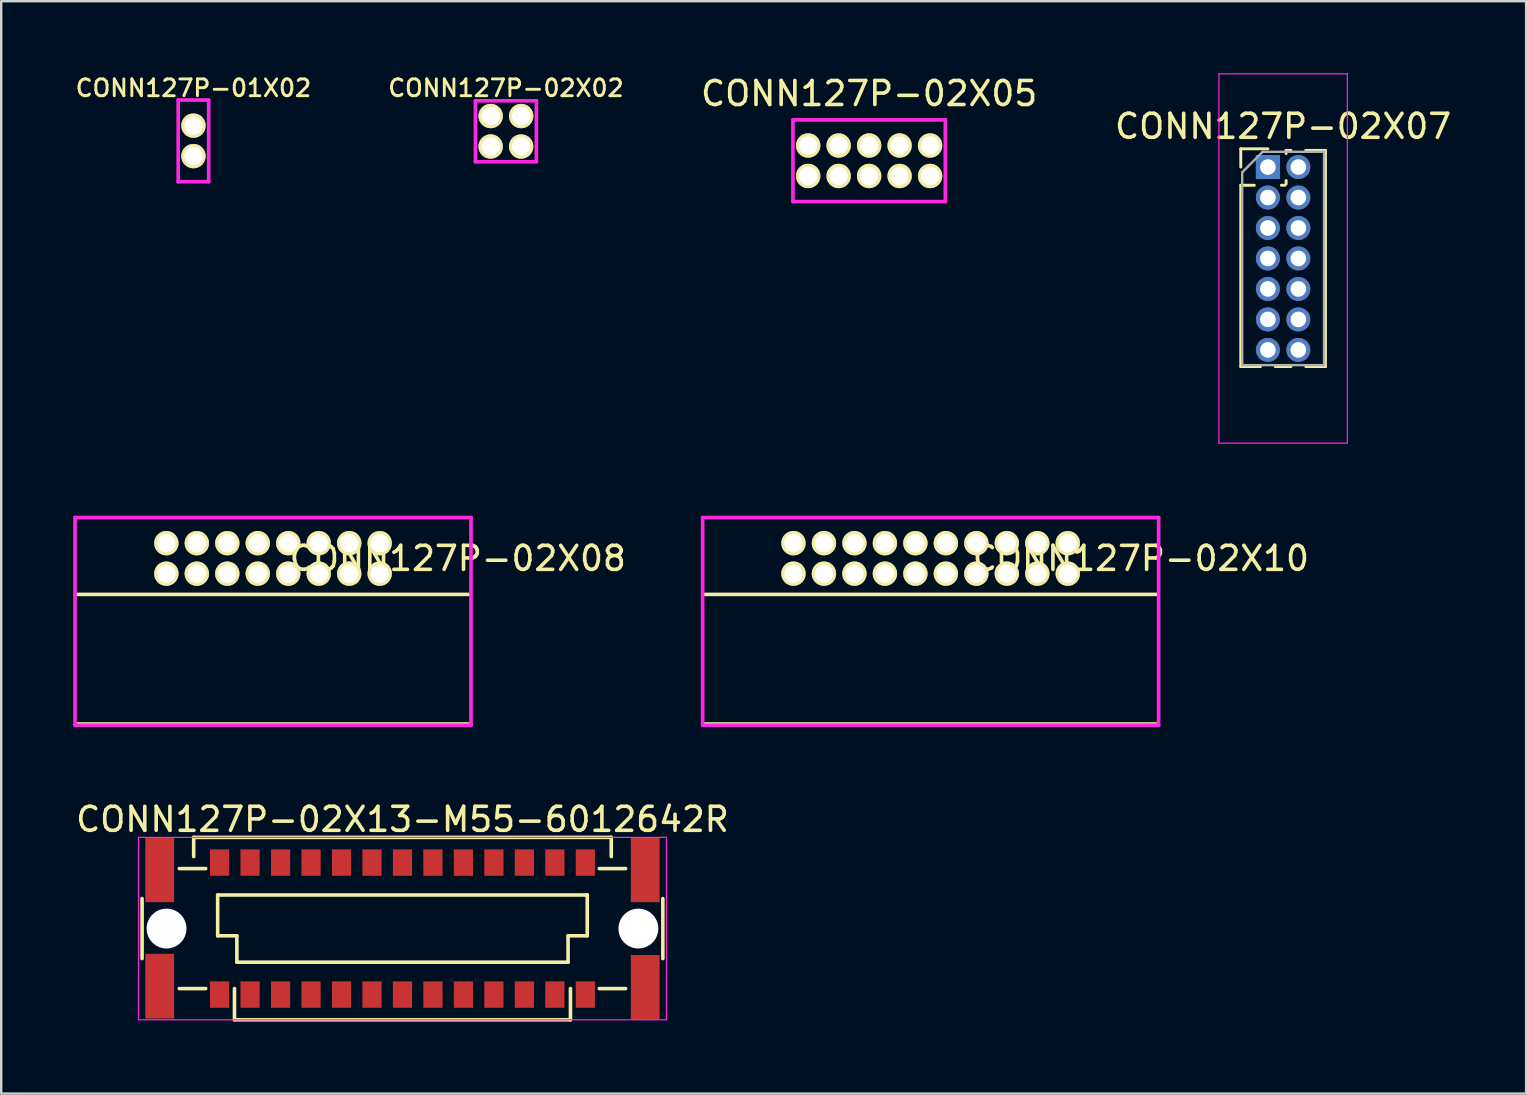
<source format=kicad_pcb>
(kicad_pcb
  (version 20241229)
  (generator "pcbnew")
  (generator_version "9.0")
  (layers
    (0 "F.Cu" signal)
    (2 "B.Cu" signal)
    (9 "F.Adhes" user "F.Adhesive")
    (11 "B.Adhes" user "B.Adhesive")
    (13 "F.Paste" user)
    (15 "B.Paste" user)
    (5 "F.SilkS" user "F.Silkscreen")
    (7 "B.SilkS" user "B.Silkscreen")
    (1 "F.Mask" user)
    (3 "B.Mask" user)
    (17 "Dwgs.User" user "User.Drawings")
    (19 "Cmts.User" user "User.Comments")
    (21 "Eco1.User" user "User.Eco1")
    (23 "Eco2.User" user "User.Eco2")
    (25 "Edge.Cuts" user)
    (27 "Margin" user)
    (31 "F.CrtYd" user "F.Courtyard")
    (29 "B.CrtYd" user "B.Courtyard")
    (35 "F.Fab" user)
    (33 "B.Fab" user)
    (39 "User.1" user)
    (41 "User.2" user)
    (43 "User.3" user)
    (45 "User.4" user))
  (footprint "CONN127P-02X02"
    (layer "F.Cu")
    (at 18.03 2.42)
    (property "Reference" "CONN127P-02X02" (at 0 -1.8 0) (layer "F.SilkS") (effects (font (size 0.7 0.7) (thickness 0.12))))
    (attr through_hole)
    (fp_line (start -1.27 -1.27) (end -1.27 1.27) (stroke (width 0.152) (type solid)) (layer "F.CrtYd"))
    (fp_line (start -1.27 -1.27) (end 1.27 -1.27) (stroke (width 0.152) (type solid)) (layer "F.CrtYd"))
    (fp_line (start -1.27 1.27) (end 1.27 1.27) (stroke (width 0.152) (type solid)) (layer "F.CrtYd"))
    (fp_line (start 1.27 -1.27) (end 1.27 1.27) (stroke (width 0.152) (type solid)) (layer "F.CrtYd"))
    (pad "1" thru_hole circle (at 0.635 -0.635) (size 1.016 1.016) (drill 0.762) (layers "*.Cu" "*.Mask" "F.SilkS"))
    (pad "2" thru_hole circle (at 0.635 0.635) (size 1.016 1.016) (drill 0.762) (layers "*.Cu" "*.Mask" "F.SilkS"))
    (pad "3" thru_hole circle (at -0.635 -0.635) (size 1.016 1.016) (drill 0.762) (layers "*.Cu" "*.Mask" "F.SilkS"))
    (pad "4" thru_hole circle (at -0.635 0.635) (size 1.016 1.016) (drill 0.762) (layers "*.Cu" "*.Mask" "F.SilkS")))
  (footprint "CONN127P-02X10"
    (layer "F.Cu")
    (at 35.727 20.218)
    (property "Reference" "CONN127P-02X10" (at 8.763 0 0) (layer "F.SilkS") (effects (font (size 1 1) (thickness 0.15))))
    (attr through_hole)
    (fp_line (start 9.45 1.5) (end -9.45 1.5) (stroke (width 0.15) (type solid)) (layer "F.SilkS"))
    (fp_line (start 9.45 6.9) (end -9.45 6.9) (stroke (width 0.15) (type solid)) (layer "F.SilkS"))
    (fp_line (start -9.5 -1.702) (end -9.5 6.95) (stroke (width 0.152) (type solid)) (layer "F.CrtYd"))
    (fp_line (start -9.5 -1.702) (end 9.5 -1.702) (stroke (width 0.152) (type solid)) (layer "F.CrtYd"))
    (fp_line (start -9.5 6.95) (end 9.5 6.95) (stroke (width 0.152) (type solid)) (layer "F.CrtYd"))
    (fp_line (start 9.5 -1.702) (end 9.5 6.95) (stroke (width 0.152) (type solid)) (layer "F.CrtYd"))
    (pad "1" thru_hole circle (at 5.715 -0.635) (size 1.016 1.016) (drill 0.762) (layers "*.Cu" "*.Mask" "F.SilkS"))
    (pad "2" thru_hole circle (at 5.715 0.635) (size 1.016 1.016) (drill 0.762) (layers "*.Cu" "*.Mask" "F.SilkS"))
    (pad "3" thru_hole circle (at 4.445 -0.635) (size 1.016 1.016) (drill 0.762) (layers "*.Cu" "*.Mask" "F.SilkS"))
    (pad "4" thru_hole circle (at 4.445 0.635) (size 1.016 1.016) (drill 0.762) (layers "*.Cu" "*.Mask" "F.SilkS"))
    (pad "5" thru_hole circle (at 3.175 -0.635) (size 1.016 1.016) (drill 0.762) (layers "*.Cu" "*.Mask" "F.SilkS"))
    (pad "6" thru_hole circle (at 3.175 0.635) (size 1.016 1.016) (drill 0.762) (layers "*.Cu" "*.Mask" "F.SilkS"))
    (pad "7" thru_hole circle (at 1.905 -0.635) (size 1.016 1.016) (drill 0.762) (layers "*.Cu" "*.Mask" "F.SilkS"))
    (pad "8" thru_hole circle (at 1.905 0.635) (size 1.016 1.016) (drill 0.762) (layers "*.Cu" "*.Mask" "F.SilkS"))
    (pad "9" thru_hole circle (at 0.635 -0.635) (size 1.016 1.016) (drill 0.762) (layers "*.Cu" "*.Mask" "F.SilkS"))
    (pad "10" thru_hole circle (at 0.635 0.635) (size 1.016 1.016) (drill 0.762) (layers "*.Cu" "*.Mask" "F.SilkS"))
    (pad "11" thru_hole circle (at -0.635 -0.635) (size 1.016 1.016) (drill 0.762) (layers "*.Cu" "*.Mask" "F.SilkS"))
    (pad "12" thru_hole circle (at -0.635 0.635) (size 1.016 1.016) (drill 0.762) (layers "*.Cu" "*.Mask" "F.SilkS"))
    (pad "13" thru_hole circle (at -1.905 -0.635) (size 1.016 1.016) (drill 0.762) (layers "*.Cu" "*.Mask" "F.SilkS"))
    (pad "14" thru_hole circle (at -1.905 0.635) (size 1.016 1.016) (drill 0.762) (layers "*.Cu" "*.Mask" "F.SilkS"))
    (pad "15" thru_hole circle (at -3.175 -0.635) (size 1.016 1.016) (drill 0.762) (layers "*.Cu" "*.Mask" "F.SilkS"))
    (pad "16" thru_hole circle (at -3.175 0.635) (size 1.016 1.016) (drill 0.762) (layers "*.Cu" "*.Mask" "F.SilkS"))
    (pad "17" thru_hole circle (at -4.445 -0.635) (size 1.016 1.016) (drill 0.762) (layers "*.Cu" "*.Mask" "F.SilkS"))
    (pad "18" thru_hole circle (at -4.445 0.635) (size 1.016 1.016) (drill 0.762) (layers "*.Cu" "*.Mask" "F.SilkS"))
    (pad "19" thru_hole circle (at -5.715 -0.635) (size 1.016 1.016) (drill 0.762) (layers "*.Cu" "*.Mask" "F.SilkS"))
    (pad "20" thru_hole circle (at -5.715 0.635) (size 1.016 1.016) (drill 0.762) (layers "*.Cu" "*.Mask" "F.SilkS")))
  (footprint "CONN127P-02X05"
    (layer "F.Cu")
    (at 33.165 3.648)
    (property "Reference" "CONN127P-02X05" (at 0 -2.8 0) (layer "F.SilkS") (effects (font (size 1 1) (thickness 0.15))))
    (attr through_hole)
    (fp_line (start -3.175 -1.702) (end -3.175 1.702) (stroke (width 0.152) (type solid)) (layer "F.CrtYd"))
    (fp_line (start -3.175 -1.702) (end 3.175 -1.702) (stroke (width 0.152) (type solid)) (layer "F.CrtYd"))
    (fp_line (start -3.175 1.702) (end 3.175 1.702) (stroke (width 0.152) (type solid)) (layer "F.CrtYd"))
    (fp_line (start 3.175 -1.702) (end 3.175 1.702) (stroke (width 0.152) (type solid)) (layer "F.CrtYd"))
    (pad "1" thru_hole circle (at -2.54 0.635) (size 1.016 1.016) (drill 0.762) (layers "*.Cu" "*.Mask" "F.SilkS"))
    (pad "2" thru_hole circle (at -2.54 -0.635) (size 1.016 1.016) (drill 0.762) (layers "*.Cu" "*.Mask" "F.SilkS"))
    (pad "3" thru_hole circle (at -1.27 0.635) (size 1.016 1.016) (drill 0.762) (layers "*.Cu" "*.Mask" "F.SilkS"))
    (pad "4" thru_hole circle (at -1.27 -0.635) (size 1.016 1.016) (drill 0.762) (layers "*.Cu" "*.Mask" "F.SilkS"))
    (pad "5" thru_hole circle (at 0 0.635) (size 1.016 1.016) (drill 0.762) (layers "*.Cu" "*.Mask" "F.SilkS"))
    (pad "6" thru_hole circle (at 0 -0.635) (size 1.016 1.016) (drill 0.762) (layers "*.Cu" "*.Mask" "F.SilkS"))
    (pad "7" thru_hole circle (at 1.27 0.635) (size 1.016 1.016) (drill 0.762) (layers "*.Cu" "*.Mask" "F.SilkS"))
    (pad "8" thru_hole circle (at 1.27 -0.635) (size 1.016 1.016) (drill 0.762) (layers "*.Cu" "*.Mask" "F.SilkS"))
    (pad "9" thru_hole circle (at 2.54 0.635) (size 1.016 1.016) (drill 0.762) (layers "*.Cu" "*.Mask" "F.SilkS"))
    (pad "10" thru_hole circle (at 2.54 -0.635) (size 1.016 1.016) (drill 0.762) (layers "*.Cu" "*.Mask" "F.SilkS")))
  (footprint "CONN127P-02X07"
    (layer "F.Cu")
    (at 50.415 7.72)
    (property "Reference" "CONN127P-02X07" (at 0 -5.505 0) (layer "F.SilkS") (effects (font (size 1 1) (thickness 0.15))))
    (attr through_hole)
    (fp_line (start -1.765 -4.57) (end -0.635 -4.57) (stroke (width 0.12) (type solid)) (layer "F.SilkS"))
    (fp_line (start -1.765 -3.81) (end -1.765 -4.57) (stroke (width 0.12) (type solid)) (layer "F.SilkS"))
    (fp_line (start -1.765 -3.05) (end -1.765 4.505) (stroke (width 0.12) (type solid)) (layer "F.SilkS"))
    (fp_line (start -1.765 -3.05) (end -1.198 -3.05) (stroke (width 0.12) (type solid)) (layer "F.SilkS"))
    (fp_line (start -1.765 4.505) (end -0.943 4.505) (stroke (width 0.12) (type solid)) (layer "F.SilkS"))
    (fp_line (start -0.327 4.505) (end 0.327 4.505) (stroke (width 0.12) (type solid)) (layer "F.SilkS"))
    (fp_line (start -0.072 -3.05) (end 0.072 -3.05) (stroke (width 0.12) (type solid)) (layer "F.SilkS"))
    (fp_line (start 0.125 -4.505) (end 0.327 -4.505) (stroke (width 0.12) (type solid)) (layer "F.SilkS"))
    (fp_line (start 0.125 -4.373) (end 0.125 -4.505) (stroke (width 0.12) (type solid)) (layer "F.SilkS"))
    (fp_line (start 0.125 -3.103) (end 0.125 -3.247) (stroke (width 0.12) (type solid)) (layer "F.SilkS"))
    (fp_line (start 0.943 -4.505) (end 1.765 -4.505) (stroke (width 0.12) (type solid)) (layer "F.SilkS"))
    (fp_line (start 0.943 4.505) (end 1.765 4.505) (stroke (width 0.12) (type solid)) (layer "F.SilkS"))
    (fp_line (start 1.765 -4.505) (end 1.765 4.505) (stroke (width 0.12) (type solid)) (layer "F.SilkS"))
    (fp_line (start -2.675 -7.695) (end -2.675 7.695) (stroke (width 0.05) (type solid)) (layer "F.CrtYd"))
    (fp_line (start -2.675 7.695) (end 2.675 7.695) (stroke (width 0.05) (type solid)) (layer "F.CrtYd"))
    (fp_line (start 2.675 -7.695) (end -2.675 -7.695) (stroke (width 0.05) (type solid)) (layer "F.CrtYd"))
    (fp_line (start 2.675 7.695) (end 2.675 -7.695) (stroke (width 0.05) (type solid)) (layer "F.CrtYd"))
    (fp_line (start -1.705 -3.592) (end -0.853 -4.445) (stroke (width 0.1) (type solid)) (layer "F.Fab"))
    (fp_line (start -1.705 4.445) (end -1.705 -3.592) (stroke (width 0.1) (type solid)) (layer "F.Fab"))
    (fp_line (start -0.853 -4.445) (end 1.705 -4.445) (stroke (width 0.1) (type solid)) (layer "F.Fab"))
    (fp_line (start 1.705 -4.445) (end 1.705 4.445) (stroke (width 0.1) (type solid)) (layer "F.Fab"))
    (fp_line (start 1.705 4.445) (end -1.705 4.445) (stroke (width 0.1) (type solid)) (layer "F.Fab"))
    (pad "1" thru_hole rect (at -0.635 -3.81) (size 1 1) (drill 0.65) (layers "*.Cu" "*.Mask"))
    (pad "2" thru_hole oval (at 0.635 -3.81) (size 1 1) (drill 0.65) (layers "*.Cu" "*.Mask"))
    (pad "3" thru_hole oval (at -0.635 -2.54) (size 1 1) (drill 0.65) (layers "*.Cu" "*.Mask"))
    (pad "4" thru_hole oval (at 0.635 -2.54) (size 1 1) (drill 0.65) (layers "*.Cu" "*.Mask"))
    (pad "5" thru_hole oval (at -0.635 -1.27) (size 1 1) (drill 0.65) (layers "*.Cu" "*.Mask"))
    (pad "6" thru_hole oval (at 0.635 -1.27) (size 1 1) (drill 0.65) (layers "*.Cu" "*.Mask"))
    (pad "7" thru_hole oval (at -0.635 0) (size 1 1) (drill 0.65) (layers "*.Cu" "*.Mask"))
    (pad "8" thru_hole oval (at 0.635 0) (size 1 1) (drill 0.65) (layers "*.Cu" "*.Mask"))
    (pad "9" thru_hole oval (at -0.635 1.27) (size 1 1) (drill 0.65) (layers "*.Cu" "*.Mask"))
    (pad "10" thru_hole oval (at 0.635 1.27) (size 1 1) (drill 0.65) (layers "*.Cu" "*.Mask"))
    (pad "11" thru_hole oval (at -0.635 2.54) (size 1 1) (drill 0.65) (layers "*.Cu" "*.Mask"))
    (pad "12" thru_hole oval (at 0.635 2.54) (size 1 1) (drill 0.65) (layers "*.Cu" "*.Mask"))
    (pad "13" thru_hole oval (at -0.635 3.81) (size 1 1) (drill 0.65) (layers "*.Cu" "*.Mask"))
    (pad "14" thru_hole oval (at 0.635 3.81) (size 1 1) (drill 0.65) (layers "*.Cu" "*.Mask")))
  (footprint "CONN127P-01X02"
    (layer "F.Cu")
    (at 5.01 2.82)
    (property "Reference" "CONN127P-01X02" (at 0 -2.2 0) (layer "F.SilkS") (effects (font (size 0.7 0.7) (thickness 0.12))))
    (attr through_hole)
    (fp_line (start -0.635 -1.702) (end -0.635 1.702) (stroke (width 0.152) (type solid)) (layer "F.CrtYd"))
    (fp_line (start -0.635 -1.702) (end 0.635 -1.702) (stroke (width 0.152) (type solid)) (layer "F.CrtYd"))
    (fp_line (start -0.635 1.702) (end 0.635 1.702) (stroke (width 0.152) (type solid)) (layer "F.CrtYd"))
    (fp_line (start 0.635 -1.702) (end 0.635 1.702) (stroke (width 0.152) (type solid)) (layer "F.CrtYd"))
    (pad "1" thru_hole circle (at 0 0.635) (size 1.016 1.016) (drill 0.762) (layers "*.Cu" "*.Mask" "F.SilkS"))
    (pad "2" thru_hole circle (at 0 -0.635) (size 1.016 1.016) (drill 0.762) (layers "*.Cu" "*.Mask" "F.SilkS")))
  (footprint "CONN127P-02X13-M55-6012642R"
    (layer "F.Cu")
    (at 13.72 35.642)
    (property "Reference" "CONN127P-02X13-M55-6012642R" (at 0 -4.55 0) (layer "F.SilkS") (effects (font (size 1 1) (thickness 0.15))))
    (attr smd)
    (fp_line (start -10.85 -1.25) (end -10.85 1.25) (stroke (width 0.15) (type solid)) (layer "F.SilkS"))
    (fp_line (start -9.3 -2.5) (end -8.2 -2.5) (stroke (width 0.15) (type solid)) (layer "F.SilkS"))
    (fp_line (start -9.3 2.5) (end -8.2 2.5) (stroke (width 0.15) (type solid)) (layer "F.SilkS"))
    (fp_line (start -8.7 -3.8) (end 8.7 -3.8) (stroke (width 0.15) (type solid)) (layer "F.SilkS"))
    (fp_line (start -8.7 -3) (end -8.7 -3.8) (stroke (width 0.15) (type solid)) (layer "F.SilkS"))
    (fp_line (start -7.7 -1.4) (end 7.7 -1.4) (stroke (width 0.15) (type solid)) (layer "F.SilkS"))
    (fp_line (start -7.7 0.3) (end -7.7 -1.4) (stroke (width 0.15) (type solid)) (layer "F.SilkS"))
    (fp_line (start -7 2.5) (end -7 3.8) (stroke (width 0.15) (type solid)) (layer "F.SilkS"))
    (fp_line (start -7 3.8) (end 7 3.8) (stroke (width 0.15) (type solid)) (layer "F.SilkS"))
    (fp_line (start -6.9 0.3) (end -7.7 0.3) (stroke (width 0.15) (type solid)) (layer "F.SilkS"))
    (fp_line (start -6.9 1.4) (end -6.9 0.3) (stroke (width 0.15) (type solid)) (layer "F.SilkS"))
    (fp_line (start 6.9 0.3) (end 6.9 1.4) (stroke (width 0.15) (type solid)) (layer "F.SilkS"))
    (fp_line (start 6.9 1.4) (end -6.9 1.4) (stroke (width 0.15) (type solid)) (layer "F.SilkS"))
    (fp_line (start 7 3.8) (end 7 2.5) (stroke (width 0.15) (type solid)) (layer "F.SilkS"))
    (fp_line (start 7.7 -1.4) (end 7.7 0.3) (stroke (width 0.15) (type solid)) (layer "F.SilkS"))
    (fp_line (start 7.7 0.3) (end 6.9 0.3) (stroke (width 0.15) (type solid)) (layer "F.SilkS"))
    (fp_line (start 8.2 -2.5) (end 9.3 -2.5) (stroke (width 0.15) (type solid)) (layer "F.SilkS"))
    (fp_line (start 8.2 2.5) (end 9.3 2.5) (stroke (width 0.15) (type solid)) (layer "F.SilkS"))
    (fp_line (start 8.7 -3.8) (end 8.7 -3) (stroke (width 0.15) (type solid)) (layer "F.SilkS"))
    (fp_line (start 10.85 -1.25) (end 10.85 1.25) (stroke (width 0.15) (type solid)) (layer "F.SilkS"))
    (fp_line (start -11 -3.8) (end 11 -3.8) (stroke (width 0.05) (type solid)) (layer "F.CrtYd"))
    (fp_line (start -11 3.8) (end -11 -3.8) (stroke (width 0.05) (type solid)) (layer "F.CrtYd"))
    (fp_line (start 11 -3.8) (end 11 3.8) (stroke (width 0.05) (type solid)) (layer "F.CrtYd"))
    (fp_line (start 11 3.8) (end -11 3.8) (stroke (width 0.05) (type solid)) (layer "F.CrtYd"))
    (pad "" np_thru_hole circle (at -9.83 0) (size 1.66 1.66) (drill 1.66) (layers "*.Cu" "*.Mask"))
    (pad "" np_thru_hole circle (at 9.83 0) (size 1.66 1.66) (drill 1.66) (layers "*.Cu" "*.Mask"))
    (pad "1" smd rect (at 7.62 -2.75) (size 0.8 1.1) (layers "F.Cu" "F.Mask" "F.Paste"))
    (pad "2" smd rect (at 7.62 2.75) (size 0.8 1.1) (layers "F.Cu" "F.Mask" "F.Paste"))
    (pad "3" smd rect (at 6.35 -2.75) (size 0.8 1.1) (layers "F.Cu" "F.Mask" "F.Paste"))
    (pad "4" smd rect (at 6.35 2.75) (size 0.8 1.1) (layers "F.Cu" "F.Mask" "F.Paste"))
    (pad "5" smd rect (at 5.08 -2.75) (size 0.8 1.1) (layers "F.Cu" "F.Mask" "F.Paste"))
    (pad "6" smd rect (at 5.08 2.75) (size 0.8 1.1) (layers "F.Cu" "F.Mask" "F.Paste"))
    (pad "7" smd rect (at 3.81 -2.75) (size 0.8 1.1) (layers "F.Cu" "F.Mask" "F.Paste"))
    (pad "8" smd rect (at 3.81 2.75) (size 0.8 1.1) (layers "F.Cu" "F.Mask" "F.Paste"))
    (pad "9" smd rect (at 2.54 -2.75) (size 0.8 1.1) (layers "F.Cu" "F.Mask" "F.Paste"))
    (pad "10" smd rect (at 2.54 2.75) (size 0.8 1.1) (layers "F.Cu" "F.Mask" "F.Paste"))
    (pad "11" smd rect (at 1.27 -2.75) (size 0.8 1.1) (layers "F.Cu" "F.Mask" "F.Paste"))
    (pad "12" smd rect (at 1.27 2.75) (size 0.8 1.1) (layers "F.Cu" "F.Mask" "F.Paste"))
    (pad "13" smd rect (at 0 -2.75) (size 0.8 1.1) (layers "F.Cu" "F.Mask" "F.Paste"))
    (pad "14" smd rect (at 0 2.75) (size 0.8 1.1) (layers "F.Cu" "F.Mask" "F.Paste"))
    (pad "15" smd rect (at -1.27 -2.75) (size 0.8 1.1) (layers "F.Cu" "F.Mask" "F.Paste"))
    (pad "16" smd rect (at -1.27 2.75) (size 0.8 1.1) (layers "F.Cu" "F.Mask" "F.Paste"))
    (pad "17" smd rect (at -2.54 -2.75) (size 0.8 1.1) (layers "F.Cu" "F.Mask" "F.Paste"))
    (pad "18" smd rect (at -2.54 2.75) (size 0.8 1.1) (layers "F.Cu" "F.Mask" "F.Paste"))
    (pad "19" smd rect (at -3.81 -2.75) (size 0.8 1.1) (layers "F.Cu" "F.Mask" "F.Paste"))
    (pad "20" smd rect (at -3.81 2.75) (size 0.8 1.1) (layers "F.Cu" "F.Mask" "F.Paste"))
    (pad "21" smd rect (at -5.08 -2.75) (size 0.8 1.1) (layers "F.Cu" "F.Mask" "F.Paste"))
    (pad "22" smd rect (at -5.08 2.75) (size 0.8 1.1) (layers "F.Cu" "F.Mask" "F.Paste"))
    (pad "23" smd rect (at -6.35 -2.75) (size 0.8 1.1) (layers "F.Cu" "F.Mask" "F.Paste"))
    (pad "24" smd rect (at -6.35 2.75) (size 0.8 1.1) (layers "F.Cu" "F.Mask" "F.Paste"))
    (pad "25" smd rect (at -7.62 -2.75) (size 0.8 1.1) (layers "F.Cu" "F.Mask" "F.Paste"))
    (pad "26" smd rect (at -7.62 2.75) (size 0.8 1.1) (layers "F.Cu" "F.Mask" "F.Paste"))
    (pad "TAB" smd rect (at -10.115 -2.45) (size 1.2 2.7) (layers "F.Cu" "F.Mask" "F.Paste"))
    (pad "TAB" smd rect (at -10.115 2.4) (size 1.2 2.7) (layers "F.Cu" "F.Mask" "F.Paste"))
    (pad "TAB" smd rect (at 10.115 -2.45) (size 1.2 2.7) (layers "F.Cu" "F.Mask" "F.Paste"))
    (pad "TAB" smd rect (at 10.115 2.45) (size 1.2 2.7) (layers "F.Cu" "F.Mask" "F.Paste")))
  (footprint "CONN127P-02X08"
    (layer "F.Cu")
    (at 8.326 20.218)
    (property "Reference" "CONN127P-02X08" (at 7.7 0 0) (layer "F.SilkS") (effects (font (size 1 1) (thickness 0.15))))
    (attr through_hole)
    (fp_line (start 8.2 1.5) (end -8.2 1.5) (stroke (width 0.15) (type solid)) (layer "F.SilkS"))
    (fp_line (start 8.2 6.9) (end -8.2 6.9) (stroke (width 0.15) (type solid)) (layer "F.SilkS"))
    (fp_line (start -8.25 -1.702) (end -8.25 6.95) (stroke (width 0.152) (type solid)) (layer "F.CrtYd"))
    (fp_line (start -8.25 -1.702) (end 8.25 -1.702) (stroke (width 0.152) (type solid)) (layer "F.CrtYd"))
    (fp_line (start -8.25 6.95) (end 8.25 6.95) (stroke (width 0.152) (type solid)) (layer "F.CrtYd"))
    (fp_line (start 8.25 -1.702) (end 8.25 6.95) (stroke (width 0.152) (type solid)) (layer "F.CrtYd"))
    (pad "1" thru_hole circle (at 4.445 -0.635) (size 1.016 1.016) (drill 0.762) (layers "*.Cu" "*.Mask" "F.SilkS"))
    (pad "2" thru_hole circle (at 4.445 0.635) (size 1.016 1.016) (drill 0.762) (layers "*.Cu" "*.Mask" "F.SilkS"))
    (pad "3" thru_hole circle (at 3.175 -0.635) (size 1.016 1.016) (drill 0.762) (layers "*.Cu" "*.Mask" "F.SilkS"))
    (pad "4" thru_hole circle (at 3.175 0.635) (size 1.016 1.016) (drill 0.762) (layers "*.Cu" "*.Mask" "F.SilkS"))
    (pad "5" thru_hole circle (at 1.905 -0.635) (size 1.016 1.016) (drill 0.762) (layers "*.Cu" "*.Mask" "F.SilkS"))
    (pad "6" thru_hole circle (at 1.905 0.635) (size 1.016 1.016) (drill 0.762) (layers "*.Cu" "*.Mask" "F.SilkS"))
    (pad "7" thru_hole circle (at 0.635 -0.635) (size 1.016 1.016) (drill 0.762) (layers "*.Cu" "*.Mask" "F.SilkS"))
    (pad "8" thru_hole circle (at 0.635 0.635) (size 1.016 1.016) (drill 0.762) (layers "*.Cu" "*.Mask" "F.SilkS"))
    (pad "9" thru_hole circle (at -0.635 -0.635) (size 1.016 1.016) (drill 0.762) (layers "*.Cu" "*.Mask" "F.SilkS"))
    (pad "10" thru_hole circle (at -0.635 0.635) (size 1.016 1.016) (drill 0.762) (layers "*.Cu" "*.Mask" "F.SilkS"))
    (pad "11" thru_hole circle (at -1.905 -0.635) (size 1.016 1.016) (drill 0.762) (layers "*.Cu" "*.Mask" "F.SilkS"))
    (pad "12" thru_hole circle (at -1.905 0.635) (size 1.016 1.016) (drill 0.762) (layers "*.Cu" "*.Mask" "F.SilkS"))
    (pad "13" thru_hole circle (at -3.175 -0.635) (size 1.016 1.016) (drill 0.762) (layers "*.Cu" "*.Mask" "F.SilkS"))
    (pad "14" thru_hole circle (at -3.175 0.635) (size 1.016 1.016) (drill 0.762) (layers "*.Cu" "*.Mask" "F.SilkS"))
    (pad "15" thru_hole circle (at -4.445 -0.635) (size 1.016 1.016) (drill 0.762) (layers "*.Cu" "*.Mask" "F.SilkS"))
    (pad "16" thru_hole circle (at -4.445 0.635) (size 1.016 1.016) (drill 0.762) (layers "*.Cu" "*.Mask" "F.SilkS")))
  (gr_rect
    (start -3 -3)
    (end 60.54 42.517)
    (stroke (width 0.1) (type default))
    (fill no)
    (layer "Edge.Cuts")))
</source>
